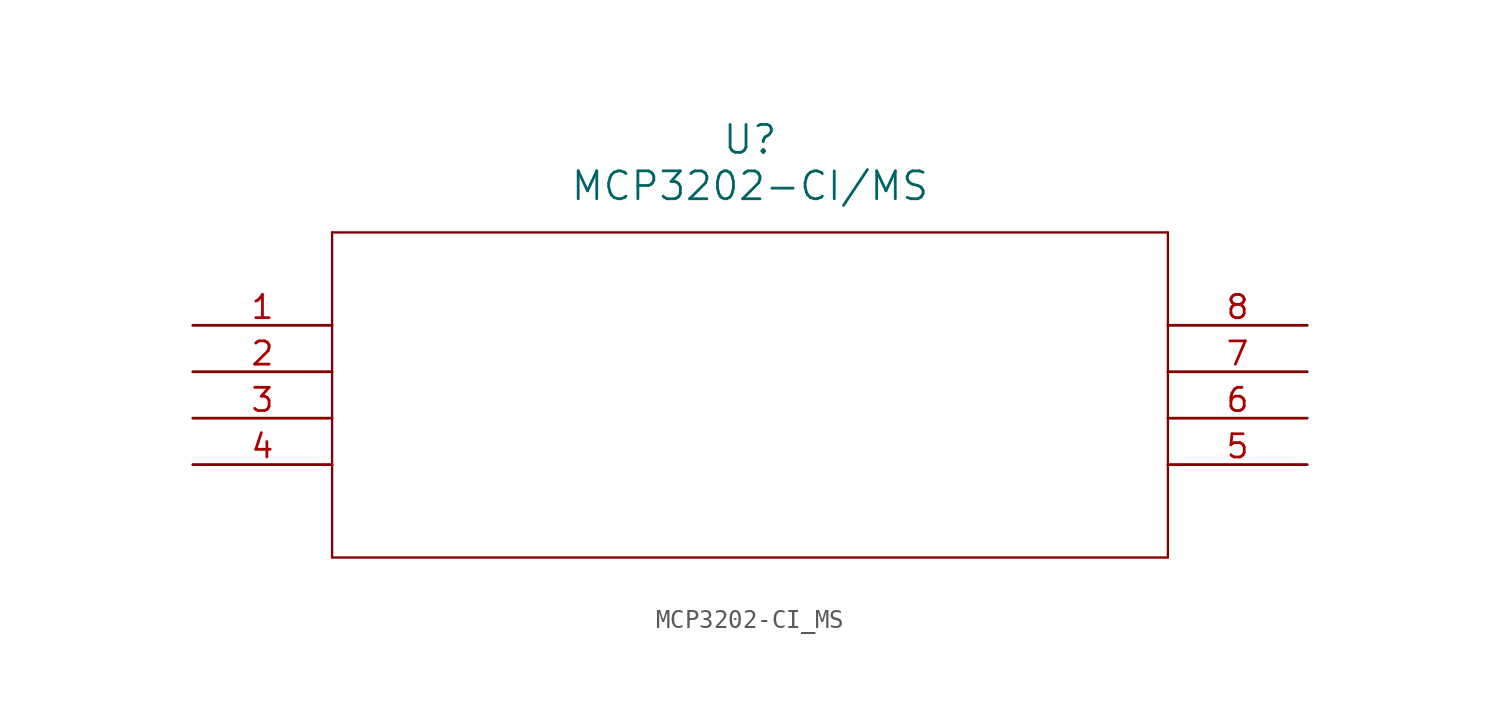
<source format=kicad_sym>
(kicad_symbol_lib
  (version 20241209)
  (generator "kicad_symbol_editor")
  (generator_version "9.0")
  (symbol "MCP3202-CI_MS"
    (pin_names
      (offset 0.254))
    (property "Reference" "U"
      (at 30.48 10.16 0)
      (effects (font (size 1.524 1.524))))
    (property "Value" "MCP3202-CI/MS"
      (at 30.48 7.62 0)
      (effects (font (size 1.524 1.524))))
    (property "ki_locked" ""
      (at 0 0 0)
      (effects (font (size 1.27 1.27))))
    (symbol "MCP3202-CI_MS_0_1"
      (polyline (pts (xy 7.62 5.08) (xy 7.62 -12.7)) (stroke (width 0.127) (type default)) (fill (type none)))
      (polyline (pts (xy 7.62 -12.7) (xy 53.34 -12.7)) (stroke (width 0.127) (type default)) (fill (type none)))
      (polyline (pts (xy 53.34 5.08) (xy 7.62 5.08)) (stroke (width 0.127) (type default)) (fill (type none)))
      (polyline (pts (xy 53.34 -12.7) (xy 53.34 5.08)) (stroke (width 0.127) (type default)) (fill (type none)))
      (pin unspecified line (at 0 0 0) (length 7.62) (name "" (effects (font (size 1.27 1.27)))) (number "1" (effects (font (size 1.27 1.27)))))
      (pin unspecified line (at 0 -2.54 0) (length 7.62) (name "" (effects (font (size 1.27 1.27)))) (number "2" (effects (font (size 1.27 1.27)))))
      (pin unspecified line (at 0 -5.08 0) (length 7.62) (name "" (effects (font (size 1.27 1.27)))) (number "3" (effects (font (size 1.27 1.27)))))
      (pin unspecified line (at 0 -7.62 0) (length 7.62) (name "" (effects (font (size 1.27 1.27)))) (number "4" (effects (font (size 1.27 1.27)))))
      (pin unspecified line (at 60.96 0 180) (length 7.62) (name "" (effects (font (size 1.27 1.27)))) (number "8" (effects (font (size 1.27 1.27)))))
      (pin unspecified line (at 60.96 -2.54 180) (length 7.62) (name "" (effects (font (size 1.27 1.27)))) (number "7" (effects (font (size 1.27 1.27)))))
      (pin unspecified line (at 60.96 -5.08 180) (length 7.62) (name "" (effects (font (size 1.27 1.27)))) (number "6" (effects (font (size 1.27 1.27)))))
      (pin unspecified line (at 60.96 -7.62 180) (length 7.62) (name "" (effects (font (size 1.27 1.27)))) (number "5" (effects (font (size 1.27 1.27))))))))
</source>
